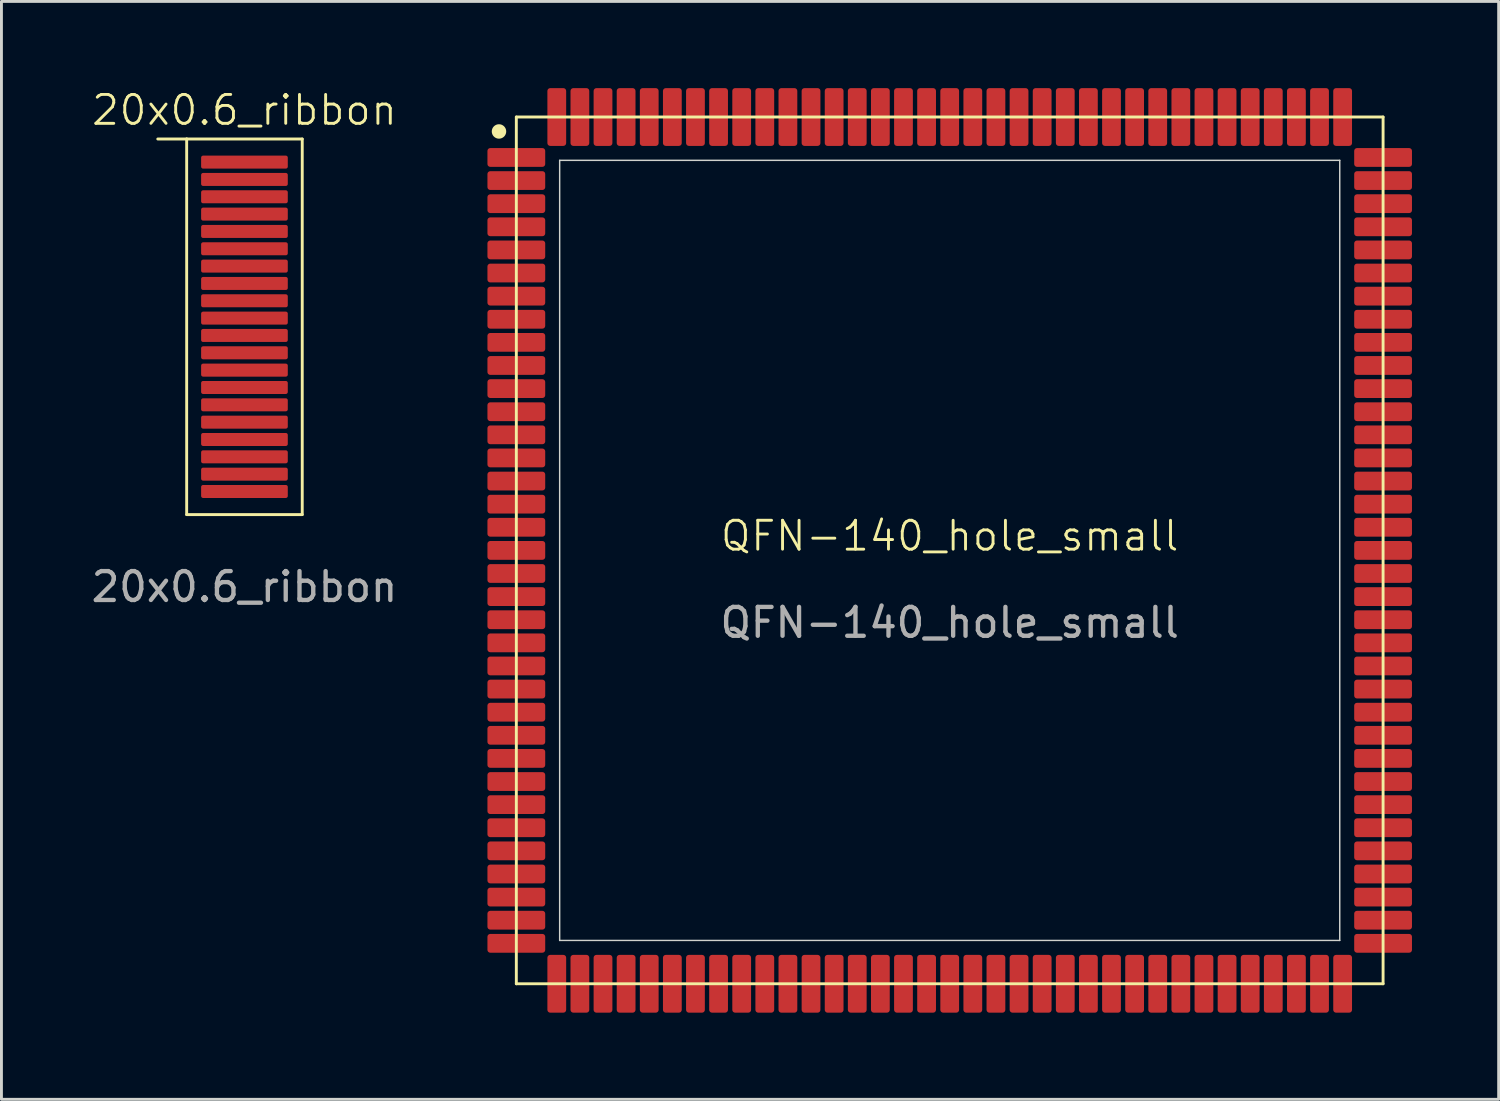
<source format=kicad_pcb>
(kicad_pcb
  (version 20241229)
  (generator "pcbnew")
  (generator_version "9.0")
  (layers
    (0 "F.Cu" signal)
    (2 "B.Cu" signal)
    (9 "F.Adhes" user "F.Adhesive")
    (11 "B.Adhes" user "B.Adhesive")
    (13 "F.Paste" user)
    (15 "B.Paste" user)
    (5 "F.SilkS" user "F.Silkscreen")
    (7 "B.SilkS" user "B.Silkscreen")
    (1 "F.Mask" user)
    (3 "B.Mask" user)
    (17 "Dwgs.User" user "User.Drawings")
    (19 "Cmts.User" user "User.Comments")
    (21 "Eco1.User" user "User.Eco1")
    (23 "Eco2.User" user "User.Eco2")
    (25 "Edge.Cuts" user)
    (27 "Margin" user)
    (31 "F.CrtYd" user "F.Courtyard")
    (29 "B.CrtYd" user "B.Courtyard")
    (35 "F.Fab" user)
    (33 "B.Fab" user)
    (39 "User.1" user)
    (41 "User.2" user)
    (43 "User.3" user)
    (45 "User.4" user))
  (footprint "QFN-140_hole_small"
    (layer "F.Cu")
    (at 29.821 16)
    (property "Reference" "QFN-140_hole_small" (at 0 -0.5 0) (unlocked yes) (layer "F.SilkS") (effects (font (size 1 1) (thickness 0.1))))
    (attr smd)
    (fp_line (start -15 -15) (end -15 15) (stroke (width 0.1) (type default)) (layer "F.SilkS"))
    (fp_line (start -15 15) (end 15 15) (stroke (width 0.1) (type default)) (layer "F.SilkS"))
    (fp_line (start 15 -15) (end -15 -15) (stroke (width 0.1) (type default)) (layer "F.SilkS"))
    (fp_line (start 15 15) (end 15 -15) (stroke (width 0.1) (type default)) (layer "F.SilkS"))
    (fp_circle (center -15.6 -14.5) (end -15.4 -14.5) (stroke (width 0.1) (type solid)) (fill yes) (layer "F.SilkS"))
    (fp_line (start -13.5 -13.5) (end 13.5 -13.5) (stroke (width 0.05) (type default)) (layer "Edge.Cuts"))
    (fp_line (start -13.5 13.5) (end -13.5 -13.5) (stroke (width 0.05) (type default)) (layer "Edge.Cuts"))
    (fp_line (start 13.5 -13.5) (end 13.5 13.5) (stroke (width 0.05) (type default)) (layer "Edge.Cuts"))
    (fp_line (start 13.5 13.5) (end -13.5 13.5) (stroke (width 0.05) (type default)) (layer "Edge.Cuts"))
    (fp_text user "${REFERENCE}" (at 0 2.5 0) (unlocked yes) (layer "F.Fab") (effects (font (size 1 1) (thickness 0.15))))
    (pad "1" smd roundrect (at -15 -13.6) (size 2 0.65) (layers "F.Cu" "F.Mask" "F.Paste") (roundrect_rratio 0.15))
    (pad "2" smd roundrect (at -15 -12.8) (size 2 0.65) (layers "F.Cu" "F.Mask" "F.Paste") (roundrect_rratio 0.15))
    (pad "3" smd roundrect (at -15 -12) (size 2 0.65) (layers "F.Cu" "F.Mask" "F.Paste") (roundrect_rratio 0.15))
    (pad "4" smd roundrect (at -15 -11.2) (size 2 0.65) (layers "F.Cu" "F.Mask" "F.Paste") (roundrect_rratio 0.15))
    (pad "5" smd roundrect (at -15 -10.4) (size 2 0.65) (layers "F.Cu" "F.Mask" "F.Paste") (roundrect_rratio 0.15))
    (pad "6" smd roundrect (at -15 -9.6) (size 2 0.65) (layers "F.Cu" "F.Mask" "F.Paste") (roundrect_rratio 0.15))
    (pad "7" smd roundrect (at -15 -8.8) (size 2 0.65) (layers "F.Cu" "F.Mask" "F.Paste") (roundrect_rratio 0.15))
    (pad "8" smd roundrect (at -15 -8) (size 2 0.65) (layers "F.Cu" "F.Mask" "F.Paste") (roundrect_rratio 0.15))
    (pad "9" smd roundrect (at -15 -7.2) (size 2 0.65) (layers "F.Cu" "F.Mask" "F.Paste") (roundrect_rratio 0.15))
    (pad "10" smd roundrect (at -15 -6.4) (size 2 0.65) (layers "F.Cu" "F.Mask" "F.Paste") (roundrect_rratio 0.15))
    (pad "11" smd roundrect (at -15 -5.6) (size 2 0.65) (layers "F.Cu" "F.Mask" "F.Paste") (roundrect_rratio 0.15))
    (pad "12" smd roundrect (at -15 -4.8) (size 2 0.65) (layers "F.Cu" "F.Mask" "F.Paste") (roundrect_rratio 0.15))
    (pad "13" smd roundrect (at -15 -4) (size 2 0.65) (layers "F.Cu" "F.Mask" "F.Paste") (roundrect_rratio 0.15))
    (pad "14" smd roundrect (at -15 -3.2) (size 2 0.65) (layers "F.Cu" "F.Mask" "F.Paste") (roundrect_rratio 0.15))
    (pad "15" smd roundrect (at -15 -2.4) (size 2 0.65) (layers "F.Cu" "F.Mask" "F.Paste") (roundrect_rratio 0.15))
    (pad "16" smd roundrect (at -15 -1.6) (size 2 0.65) (layers "F.Cu" "F.Mask" "F.Paste") (roundrect_rratio 0.15))
    (pad "17" smd roundrect (at -15 -0.8) (size 2 0.65) (layers "F.Cu" "F.Mask" "F.Paste") (roundrect_rratio 0.15))
    (pad "18" smd roundrect (at -15 0) (size 2 0.65) (layers "F.Cu" "F.Mask" "F.Paste") (roundrect_rratio 0.15))
    (pad "19" smd roundrect (at -15 0.8) (size 2 0.65) (layers "F.Cu" "F.Mask" "F.Paste") (roundrect_rratio 0.15))
    (pad "20" smd roundrect (at -15 1.6) (size 2 0.65) (layers "F.Cu" "F.Mask" "F.Paste") (roundrect_rratio 0.15))
    (pad "21" smd roundrect (at -15 2.4) (size 2 0.65) (layers "F.Cu" "F.Mask" "F.Paste") (roundrect_rratio 0.15))
    (pad "22" smd roundrect (at -15 3.2) (size 2 0.65) (layers "F.Cu" "F.Mask" "F.Paste") (roundrect_rratio 0.15))
    (pad "23" smd roundrect (at -15 4) (size 2 0.65) (layers "F.Cu" "F.Mask" "F.Paste") (roundrect_rratio 0.15))
    (pad "24" smd roundrect (at -15 4.8) (size 2 0.65) (layers "F.Cu" "F.Mask" "F.Paste") (roundrect_rratio 0.15))
    (pad "25" smd roundrect (at -15 5.6) (size 2 0.65) (layers "F.Cu" "F.Mask" "F.Paste") (roundrect_rratio 0.15))
    (pad "26" smd roundrect (at -15 6.4) (size 2 0.65) (layers "F.Cu" "F.Mask" "F.Paste") (roundrect_rratio 0.15))
    (pad "27" smd roundrect (at -15 7.2) (size 2 0.65) (layers "F.Cu" "F.Mask" "F.Paste") (roundrect_rratio 0.15))
    (pad "28" smd roundrect (at -15 8) (size 2 0.65) (layers "F.Cu" "F.Mask" "F.Paste") (roundrect_rratio 0.15))
    (pad "29" smd roundrect (at -15 8.8) (size 2 0.65) (layers "F.Cu" "F.Mask" "F.Paste") (roundrect_rratio 0.15))
    (pad "30" smd roundrect (at -15 9.6) (size 2 0.65) (layers "F.Cu" "F.Mask" "F.Paste") (roundrect_rratio 0.15))
    (pad "31" smd roundrect (at -15 10.4) (size 2 0.65) (layers "F.Cu" "F.Mask" "F.Paste") (roundrect_rratio 0.15))
    (pad "32" smd roundrect (at -15 11.2) (size 2 0.65) (layers "F.Cu" "F.Mask" "F.Paste") (roundrect_rratio 0.15))
    (pad "33" smd roundrect (at -15 12) (size 2 0.65) (layers "F.Cu" "F.Mask" "F.Paste") (roundrect_rratio 0.15))
    (pad "34" smd roundrect (at -15 12.8) (size 2 0.65) (layers "F.Cu" "F.Mask" "F.Paste") (roundrect_rratio 0.15))
    (pad "35" smd roundrect (at -15 13.6) (size 2 0.65) (layers "F.Cu" "F.Mask" "F.Paste") (roundrect_rratio 0.15))
    (pad "36" smd roundrect (at -13.6 15 90) (size 2 0.65) (layers "F.Cu" "F.Mask" "F.Paste") (roundrect_rratio 0.15))
    (pad "37" smd roundrect (at -12.8 15 90) (size 2 0.65) (layers "F.Cu" "F.Mask" "F.Paste") (roundrect_rratio 0.15))
    (pad "38" smd roundrect (at -12 15 90) (size 2 0.65) (layers "F.Cu" "F.Mask" "F.Paste") (roundrect_rratio 0.15))
    (pad "39" smd roundrect (at -11.2 15 90) (size 2 0.65) (layers "F.Cu" "F.Mask" "F.Paste") (roundrect_rratio 0.15))
    (pad "40" smd roundrect (at -10.4 15 90) (size 2 0.65) (layers "F.Cu" "F.Mask" "F.Paste") (roundrect_rratio 0.15))
    (pad "41" smd roundrect (at -9.6 15 90) (size 2 0.65) (layers "F.Cu" "F.Mask" "F.Paste") (roundrect_rratio 0.15))
    (pad "42" smd roundrect (at -8.8 15 90) (size 2 0.65) (layers "F.Cu" "F.Mask" "F.Paste") (roundrect_rratio 0.15))
    (pad "43" smd roundrect (at -8 15 90) (size 2 0.65) (layers "F.Cu" "F.Mask" "F.Paste") (roundrect_rratio 0.15))
    (pad "44" smd roundrect (at -7.2 15 90) (size 2 0.65) (layers "F.Cu" "F.Mask" "F.Paste") (roundrect_rratio 0.15))
    (pad "45" smd roundrect (at -6.4 15 90) (size 2 0.65) (layers "F.Cu" "F.Mask" "F.Paste") (roundrect_rratio 0.15))
    (pad "46" smd roundrect (at -5.6 15 90) (size 2 0.65) (layers "F.Cu" "F.Mask" "F.Paste") (roundrect_rratio 0.15))
    (pad "47" smd roundrect (at -4.8 15 90) (size 2 0.65) (layers "F.Cu" "F.Mask" "F.Paste") (roundrect_rratio 0.15))
    (pad "48" smd roundrect (at -4 15 90) (size 2 0.65) (layers "F.Cu" "F.Mask" "F.Paste") (roundrect_rratio 0.15))
    (pad "49" smd roundrect (at -3.2 15 90) (size 2 0.65) (layers "F.Cu" "F.Mask" "F.Paste") (roundrect_rratio 0.15))
    (pad "50" smd roundrect (at -2.4 15 90) (size 2 0.65) (layers "F.Cu" "F.Mask" "F.Paste") (roundrect_rratio 0.15))
    (pad "51" smd roundrect (at -1.6 15 90) (size 2 0.65) (layers "F.Cu" "F.Mask" "F.Paste") (roundrect_rratio 0.15))
    (pad "52" smd roundrect (at -0.8 15 90) (size 2 0.65) (layers "F.Cu" "F.Mask" "F.Paste") (roundrect_rratio 0.15))
    (pad "53" smd roundrect (at 0 15 90) (size 2 0.65) (layers "F.Cu" "F.Mask" "F.Paste") (roundrect_rratio 0.15))
    (pad "54" smd roundrect (at 0.8 15 90) (size 2 0.65) (layers "F.Cu" "F.Mask" "F.Paste") (roundrect_rratio 0.15))
    (pad "55" smd roundrect (at 1.6 15 90) (size 2 0.65) (layers "F.Cu" "F.Mask" "F.Paste") (roundrect_rratio 0.15))
    (pad "56" smd roundrect (at 2.4 15 90) (size 2 0.65) (layers "F.Cu" "F.Mask" "F.Paste") (roundrect_rratio 0.15))
    (pad "57" smd roundrect (at 3.2 15 90) (size 2 0.65) (layers "F.Cu" "F.Mask" "F.Paste") (roundrect_rratio 0.15))
    (pad "58" smd roundrect (at 4 15 90) (size 2 0.65) (layers "F.Cu" "F.Mask" "F.Paste") (roundrect_rratio 0.15))
    (pad "59" smd roundrect (at 4.8 15 90) (size 2 0.65) (layers "F.Cu" "F.Mask" "F.Paste") (roundrect_rratio 0.15))
    (pad "60" smd roundrect (at 5.6 15 90) (size 2 0.65) (layers "F.Cu" "F.Mask" "F.Paste") (roundrect_rratio 0.15))
    (pad "61" smd roundrect (at 6.4 15 90) (size 2 0.65) (layers "F.Cu" "F.Mask" "F.Paste") (roundrect_rratio 0.15))
    (pad "62" smd roundrect (at 7.2 15 90) (size 2 0.65) (layers "F.Cu" "F.Mask" "F.Paste") (roundrect_rratio 0.15))
    (pad "63" smd roundrect (at 8 15 90) (size 2 0.65) (layers "F.Cu" "F.Mask" "F.Paste") (roundrect_rratio 0.15))
    (pad "64" smd roundrect (at 8.8 15 90) (size 2 0.65) (layers "F.Cu" "F.Mask" "F.Paste") (roundrect_rratio 0.15))
    (pad "65" smd roundrect (at 9.6 15 90) (size 2 0.65) (layers "F.Cu" "F.Mask" "F.Paste") (roundrect_rratio 0.15))
    (pad "66" smd roundrect (at 10.4 15 90) (size 2 0.65) (layers "F.Cu" "F.Mask" "F.Paste") (roundrect_rratio 0.15))
    (pad "67" smd roundrect (at 11.2 15 90) (size 2 0.65) (layers "F.Cu" "F.Mask" "F.Paste") (roundrect_rratio 0.15))
    (pad "68" smd roundrect (at 12 15 90) (size 2 0.65) (layers "F.Cu" "F.Mask" "F.Paste") (roundrect_rratio 0.15))
    (pad "69" smd roundrect (at 12.8 15 90) (size 2 0.65) (layers "F.Cu" "F.Mask" "F.Paste") (roundrect_rratio 0.15))
    (pad "70" smd roundrect (at 13.6 15 90) (size 2 0.65) (layers "F.Cu" "F.Mask" "F.Paste") (roundrect_rratio 0.15))
    (pad "71" smd roundrect (at 15 13.6 180) (size 2 0.65) (layers "F.Cu" "F.Mask" "F.Paste") (roundrect_rratio 0.15))
    (pad "72" smd roundrect (at 15 12.8 180) (size 2 0.65) (layers "F.Cu" "F.Mask" "F.Paste") (roundrect_rratio 0.15))
    (pad "73" smd roundrect (at 15 12 180) (size 2 0.65) (layers "F.Cu" "F.Mask" "F.Paste") (roundrect_rratio 0.15))
    (pad "74" smd roundrect (at 15 11.2 180) (size 2 0.65) (layers "F.Cu" "F.Mask" "F.Paste") (roundrect_rratio 0.15))
    (pad "75" smd roundrect (at 15 10.4 180) (size 2 0.65) (layers "F.Cu" "F.Mask" "F.Paste") (roundrect_rratio 0.15))
    (pad "76" smd roundrect (at 15 9.6 180) (size 2 0.65) (layers "F.Cu" "F.Mask" "F.Paste") (roundrect_rratio 0.15))
    (pad "77" smd roundrect (at 15 8.8 180) (size 2 0.65) (layers "F.Cu" "F.Mask" "F.Paste") (roundrect_rratio 0.15))
    (pad "78" smd roundrect (at 15 8 180) (size 2 0.65) (layers "F.Cu" "F.Mask" "F.Paste") (roundrect_rratio 0.15))
    (pad "79" smd roundrect (at 15 7.2 180) (size 2 0.65) (layers "F.Cu" "F.Mask" "F.Paste") (roundrect_rratio 0.15))
    (pad "80" smd roundrect (at 15 6.4 180) (size 2 0.65) (layers "F.Cu" "F.Mask" "F.Paste") (roundrect_rratio 0.15))
    (pad "81" smd roundrect (at 15 5.6 180) (size 2 0.65) (layers "F.Cu" "F.Mask" "F.Paste") (roundrect_rratio 0.15))
    (pad "82" smd roundrect (at 15 4.8 180) (size 2 0.65) (layers "F.Cu" "F.Mask" "F.Paste") (roundrect_rratio 0.15))
    (pad "83" smd roundrect (at 15 4 180) (size 2 0.65) (layers "F.Cu" "F.Mask" "F.Paste") (roundrect_rratio 0.15))
    (pad "84" smd roundrect (at 15 3.2 180) (size 2 0.65) (layers "F.Cu" "F.Mask" "F.Paste") (roundrect_rratio 0.15))
    (pad "85" smd roundrect (at 15 2.4 180) (size 2 0.65) (layers "F.Cu" "F.Mask" "F.Paste") (roundrect_rratio 0.15))
    (pad "86" smd roundrect (at 15 1.6 180) (size 2 0.65) (layers "F.Cu" "F.Mask" "F.Paste") (roundrect_rratio 0.15))
    (pad "87" smd roundrect (at 15 0.8 180) (size 2 0.65) (layers "F.Cu" "F.Mask" "F.Paste") (roundrect_rratio 0.15))
    (pad "88" smd roundrect (at 15 0 180) (size 2 0.65) (layers "F.Cu" "F.Mask" "F.Paste") (roundrect_rratio 0.15))
    (pad "89" smd roundrect (at 15 -0.8 180) (size 2 0.65) (layers "F.Cu" "F.Mask" "F.Paste") (roundrect_rratio 0.15))
    (pad "90" smd roundrect (at 15 -1.6 180) (size 2 0.65) (layers "F.Cu" "F.Mask" "F.Paste") (roundrect_rratio 0.15))
    (pad "91" smd roundrect (at 15 -2.4 180) (size 2 0.65) (layers "F.Cu" "F.Mask" "F.Paste") (roundrect_rratio 0.15))
    (pad "92" smd roundrect (at 15 -3.2 180) (size 2 0.65) (layers "F.Cu" "F.Mask" "F.Paste") (roundrect_rratio 0.15))
    (pad "93" smd roundrect (at 15 -4 180) (size 2 0.65) (layers "F.Cu" "F.Mask" "F.Paste") (roundrect_rratio 0.15))
    (pad "94" smd roundrect (at 15 -4.8 180) (size 2 0.65) (layers "F.Cu" "F.Mask" "F.Paste") (roundrect_rratio 0.15))
    (pad "95" smd roundrect (at 15 -5.6 180) (size 2 0.65) (layers "F.Cu" "F.Mask" "F.Paste") (roundrect_rratio 0.15))
    (pad "96" smd roundrect (at 15 -6.4 180) (size 2 0.65) (layers "F.Cu" "F.Mask" "F.Paste") (roundrect_rratio 0.15))
    (pad "97" smd roundrect (at 15 -7.2 180) (size 2 0.65) (layers "F.Cu" "F.Mask" "F.Paste") (roundrect_rratio 0.15))
    (pad "98" smd roundrect (at 15 -8 180) (size 2 0.65) (layers "F.Cu" "F.Mask" "F.Paste") (roundrect_rratio 0.15))
    (pad "99" smd roundrect (at 15 -8.8 180) (size 2 0.65) (layers "F.Cu" "F.Mask" "F.Paste") (roundrect_rratio 0.15))
    (pad "100" smd roundrect (at 15 -9.6 180) (size 2 0.65) (layers "F.Cu" "F.Mask" "F.Paste") (roundrect_rratio 0.15))
    (pad "101" smd roundrect (at 15 -10.4 180) (size 2 0.65) (layers "F.Cu" "F.Mask" "F.Paste") (roundrect_rratio 0.15))
    (pad "102" smd roundrect (at 15 -11.2 180) (size 2 0.65) (layers "F.Cu" "F.Mask" "F.Paste") (roundrect_rratio 0.15))
    (pad "103" smd roundrect (at 15 -12 180) (size 2 0.65) (layers "F.Cu" "F.Mask" "F.Paste") (roundrect_rratio 0.15))
    (pad "104" smd roundrect (at 15 -12.8 180) (size 2 0.65) (layers "F.Cu" "F.Mask" "F.Paste") (roundrect_rratio 0.15))
    (pad "105" smd roundrect (at 15 -13.6 180) (size 2 0.65) (layers "F.Cu" "F.Mask" "F.Paste") (roundrect_rratio 0.15))
    (pad "106" smd roundrect (at 13.6 -15 270) (size 2 0.65) (layers "F.Cu" "F.Mask" "F.Paste") (roundrect_rratio 0.15))
    (pad "107" smd roundrect (at 12.8 -15 270) (size 2 0.65) (layers "F.Cu" "F.Mask" "F.Paste") (roundrect_rratio 0.15))
    (pad "108" smd roundrect (at 12 -15 270) (size 2 0.65) (layers "F.Cu" "F.Mask" "F.Paste") (roundrect_rratio 0.15))
    (pad "109" smd roundrect (at 11.2 -15 270) (size 2 0.65) (layers "F.Cu" "F.Mask" "F.Paste") (roundrect_rratio 0.15))
    (pad "110" smd roundrect (at 10.4 -15 270) (size 2 0.65) (layers "F.Cu" "F.Mask" "F.Paste") (roundrect_rratio 0.15))
    (pad "111" smd roundrect (at 9.6 -15 270) (size 2 0.65) (layers "F.Cu" "F.Mask" "F.Paste") (roundrect_rratio 0.15))
    (pad "112" smd roundrect (at 8.8 -15 270) (size 2 0.65) (layers "F.Cu" "F.Mask" "F.Paste") (roundrect_rratio 0.15))
    (pad "113" smd roundrect (at 8 -15 270) (size 2 0.65) (layers "F.Cu" "F.Mask" "F.Paste") (roundrect_rratio 0.15))
    (pad "114" smd roundrect (at 7.2 -15 270) (size 2 0.65) (layers "F.Cu" "F.Mask" "F.Paste") (roundrect_rratio 0.15))
    (pad "115" smd roundrect (at 6.4 -15 270) (size 2 0.65) (layers "F.Cu" "F.Mask" "F.Paste") (roundrect_rratio 0.15))
    (pad "116" smd roundrect (at 5.6 -15 270) (size 2 0.65) (layers "F.Cu" "F.Mask" "F.Paste") (roundrect_rratio 0.15))
    (pad "117" smd roundrect (at 4.8 -15 270) (size 2 0.65) (layers "F.Cu" "F.Mask" "F.Paste") (roundrect_rratio 0.15))
    (pad "118" smd roundrect (at 4 -15 270) (size 2 0.65) (layers "F.Cu" "F.Mask" "F.Paste") (roundrect_rratio 0.15))
    (pad "119" smd roundrect (at 3.2 -15 270) (size 2 0.65) (layers "F.Cu" "F.Mask" "F.Paste") (roundrect_rratio 0.15))
    (pad "120" smd roundrect (at 2.4 -15 270) (size 2 0.65) (layers "F.Cu" "F.Mask" "F.Paste") (roundrect_rratio 0.15))
    (pad "121" smd roundrect (at 1.6 -15 270) (size 2 0.65) (layers "F.Cu" "F.Mask" "F.Paste") (roundrect_rratio 0.15))
    (pad "122" smd roundrect (at 0.8 -15 270) (size 2 0.65) (layers "F.Cu" "F.Mask" "F.Paste") (roundrect_rratio 0.15))
    (pad "123" smd roundrect (at 0 -15 270) (size 2 0.65) (layers "F.Cu" "F.Mask" "F.Paste") (roundrect_rratio 0.15))
    (pad "124" smd roundrect (at -0.8 -15 270) (size 2 0.65) (layers "F.Cu" "F.Mask" "F.Paste") (roundrect_rratio 0.15))
    (pad "125" smd roundrect (at -1.6 -15 270) (size 2 0.65) (layers "F.Cu" "F.Mask" "F.Paste") (roundrect_rratio 0.15))
    (pad "126" smd roundrect (at -2.4 -15 270) (size 2 0.65) (layers "F.Cu" "F.Mask" "F.Paste") (roundrect_rratio 0.15))
    (pad "127" smd roundrect (at -3.2 -15 270) (size 2 0.65) (layers "F.Cu" "F.Mask" "F.Paste") (roundrect_rratio 0.15))
    (pad "128" smd roundrect (at -4 -15 270) (size 2 0.65) (layers "F.Cu" "F.Mask" "F.Paste") (roundrect_rratio 0.15))
    (pad "129" smd roundrect (at -4.8 -15 270) (size 2 0.65) (layers "F.Cu" "F.Mask" "F.Paste") (roundrect_rratio 0.15))
    (pad "130" smd roundrect (at -5.6 -15 270) (size 2 0.65) (layers "F.Cu" "F.Mask" "F.Paste") (roundrect_rratio 0.15))
    (pad "131" smd roundrect (at -6.4 -15 270) (size 2 0.65) (layers "F.Cu" "F.Mask" "F.Paste") (roundrect_rratio 0.15))
    (pad "132" smd roundrect (at -7.2 -15 270) (size 2 0.65) (layers "F.Cu" "F.Mask" "F.Paste") (roundrect_rratio 0.15))
    (pad "133" smd roundrect (at -8 -15 270) (size 2 0.65) (layers "F.Cu" "F.Mask" "F.Paste") (roundrect_rratio 0.15))
    (pad "134" smd roundrect (at -8.8 -15 270) (size 2 0.65) (layers "F.Cu" "F.Mask" "F.Paste") (roundrect_rratio 0.15))
    (pad "135" smd roundrect (at -9.6 -15 270) (size 2 0.65) (layers "F.Cu" "F.Mask" "F.Paste") (roundrect_rratio 0.15))
    (pad "136" smd roundrect (at -10.4 -15 270) (size 2 0.65) (layers "F.Cu" "F.Mask" "F.Paste") (roundrect_rratio 0.15))
    (pad "137" smd roundrect (at -11.2 -15 270) (size 2 0.65) (layers "F.Cu" "F.Mask" "F.Paste") (roundrect_rratio 0.15))
    (pad "138" smd roundrect (at -12 -15 270) (size 2 0.65) (layers "F.Cu" "F.Mask" "F.Paste") (roundrect_rratio 0.15))
    (pad "139" smd roundrect (at -12.8 -15 270) (size 2 0.65) (layers "F.Cu" "F.Mask" "F.Paste") (roundrect_rratio 0.15))
    (pad "140" smd roundrect (at -13.6 -15 270) (size 2 0.65) (layers "F.Cu" "F.Mask" "F.Paste") (roundrect_rratio 0.15)))
  (footprint "20x0.6_ribbon"
    (layer "F.Cu")
    (at 5.411 8.261)
    (property "Reference" "20x0.6_ribbon" (at 0 -7.5 0) (unlocked yes) (layer "F.SilkS") (effects (font (size 1 1) (thickness 0.1))))
    (attr smd)
    (fp_line (start -2 -6.5) (end -3 -6.5) (stroke (width 0.1) (type default)) (layer "F.SilkS"))
    (fp_line (start -2 -6.5) (end 2 -6.5) (stroke (width 0.1) (type default)) (layer "F.SilkS"))
    (fp_line (start -2 6.5) (end -2 -6.5) (stroke (width 0.1) (type default)) (layer "F.SilkS"))
    (fp_line (start 2 -6.5) (end 2 6.5) (stroke (width 0.1) (type default)) (layer "F.SilkS"))
    (fp_line (start 2 6.5) (end -2 6.5) (stroke (width 0.1) (type default)) (layer "F.SilkS"))
    (fp_text user "${REFERENCE}" (at 0 9 0) (unlocked yes) (layer "F.Fab") (effects (font (size 1 1) (thickness 0.15))))
    (pad "1" smd roundrect (at 0 -5.7) (size 3 0.45) (layers "F.Cu" "F.Mask" "F.Paste") (roundrect_rratio 0.15))
    (pad "2" smd roundrect (at 0 -5.1) (size 3 0.45) (layers "F.Cu" "F.Mask" "F.Paste") (roundrect_rratio 0.15))
    (pad "3" smd roundrect (at 0 -4.5) (size 3 0.45) (layers "F.Cu" "F.Mask" "F.Paste") (roundrect_rratio 0.15))
    (pad "4" smd roundrect (at 0 -3.9) (size 3 0.45) (layers "F.Cu" "F.Mask" "F.Paste") (roundrect_rratio 0.15))
    (pad "5" smd roundrect (at 0 -3.3) (size 3 0.45) (layers "F.Cu" "F.Mask" "F.Paste") (roundrect_rratio 0.15))
    (pad "6" smd roundrect (at 0 -2.7) (size 3 0.45) (layers "F.Cu" "F.Mask" "F.Paste") (roundrect_rratio 0.15))
    (pad "7" smd roundrect (at 0 -2.1) (size 3 0.45) (layers "F.Cu" "F.Mask" "F.Paste") (roundrect_rratio 0.15))
    (pad "8" smd roundrect (at 0 -1.5) (size 3 0.45) (layers "F.Cu" "F.Mask" "F.Paste") (roundrect_rratio 0.15))
    (pad "9" smd roundrect (at 0 -0.9) (size 3 0.45) (layers "F.Cu" "F.Mask" "F.Paste") (roundrect_rratio 0.15))
    (pad "10" smd roundrect (at 0 -0.3) (size 3 0.45) (layers "F.Cu" "F.Mask" "F.Paste") (roundrect_rratio 0.15))
    (pad "11" smd roundrect (at 0 0.3) (size 3 0.45) (layers "F.Cu" "F.Mask" "F.Paste") (roundrect_rratio 0.15))
    (pad "12" smd roundrect (at 0 0.9) (size 3 0.45) (layers "F.Cu" "F.Mask" "F.Paste") (roundrect_rratio 0.15))
    (pad "13" smd roundrect (at 0 1.5) (size 3 0.45) (layers "F.Cu" "F.Mask" "F.Paste") (roundrect_rratio 0.15))
    (pad "14" smd roundrect (at 0 2.1) (size 3 0.45) (layers "F.Cu" "F.Mask" "F.Paste") (roundrect_rratio 0.15))
    (pad "15" smd roundrect (at 0 2.7) (size 3 0.45) (layers "F.Cu" "F.Mask" "F.Paste") (roundrect_rratio 0.15))
    (pad "16" smd roundrect (at 0 3.3) (size 3 0.45) (layers "F.Cu" "F.Mask" "F.Paste") (roundrect_rratio 0.15))
    (pad "17" smd roundrect (at 0 3.9) (size 3 0.45) (layers "F.Cu" "F.Mask" "F.Paste") (roundrect_rratio 0.15))
    (pad "18" smd roundrect (at 0 4.5) (size 3 0.45) (layers "F.Cu" "F.Mask" "F.Paste") (roundrect_rratio 0.15))
    (pad "19" smd roundrect (at 0 5.1) (size 3 0.45) (layers "F.Cu" "F.Mask" "F.Paste") (roundrect_rratio 0.15))
    (pad "20" smd roundrect (at 0 5.7) (size 3 0.45) (layers "F.Cu" "F.Mask" "F.Paste") (roundrect_rratio 0.15)))
  (gr_rect
    (start -3 -3)
    (end 48.821 35)
    (stroke (width 0.1) (type default))
    (fill no)
    (layer "Edge.Cuts")))
</source>
